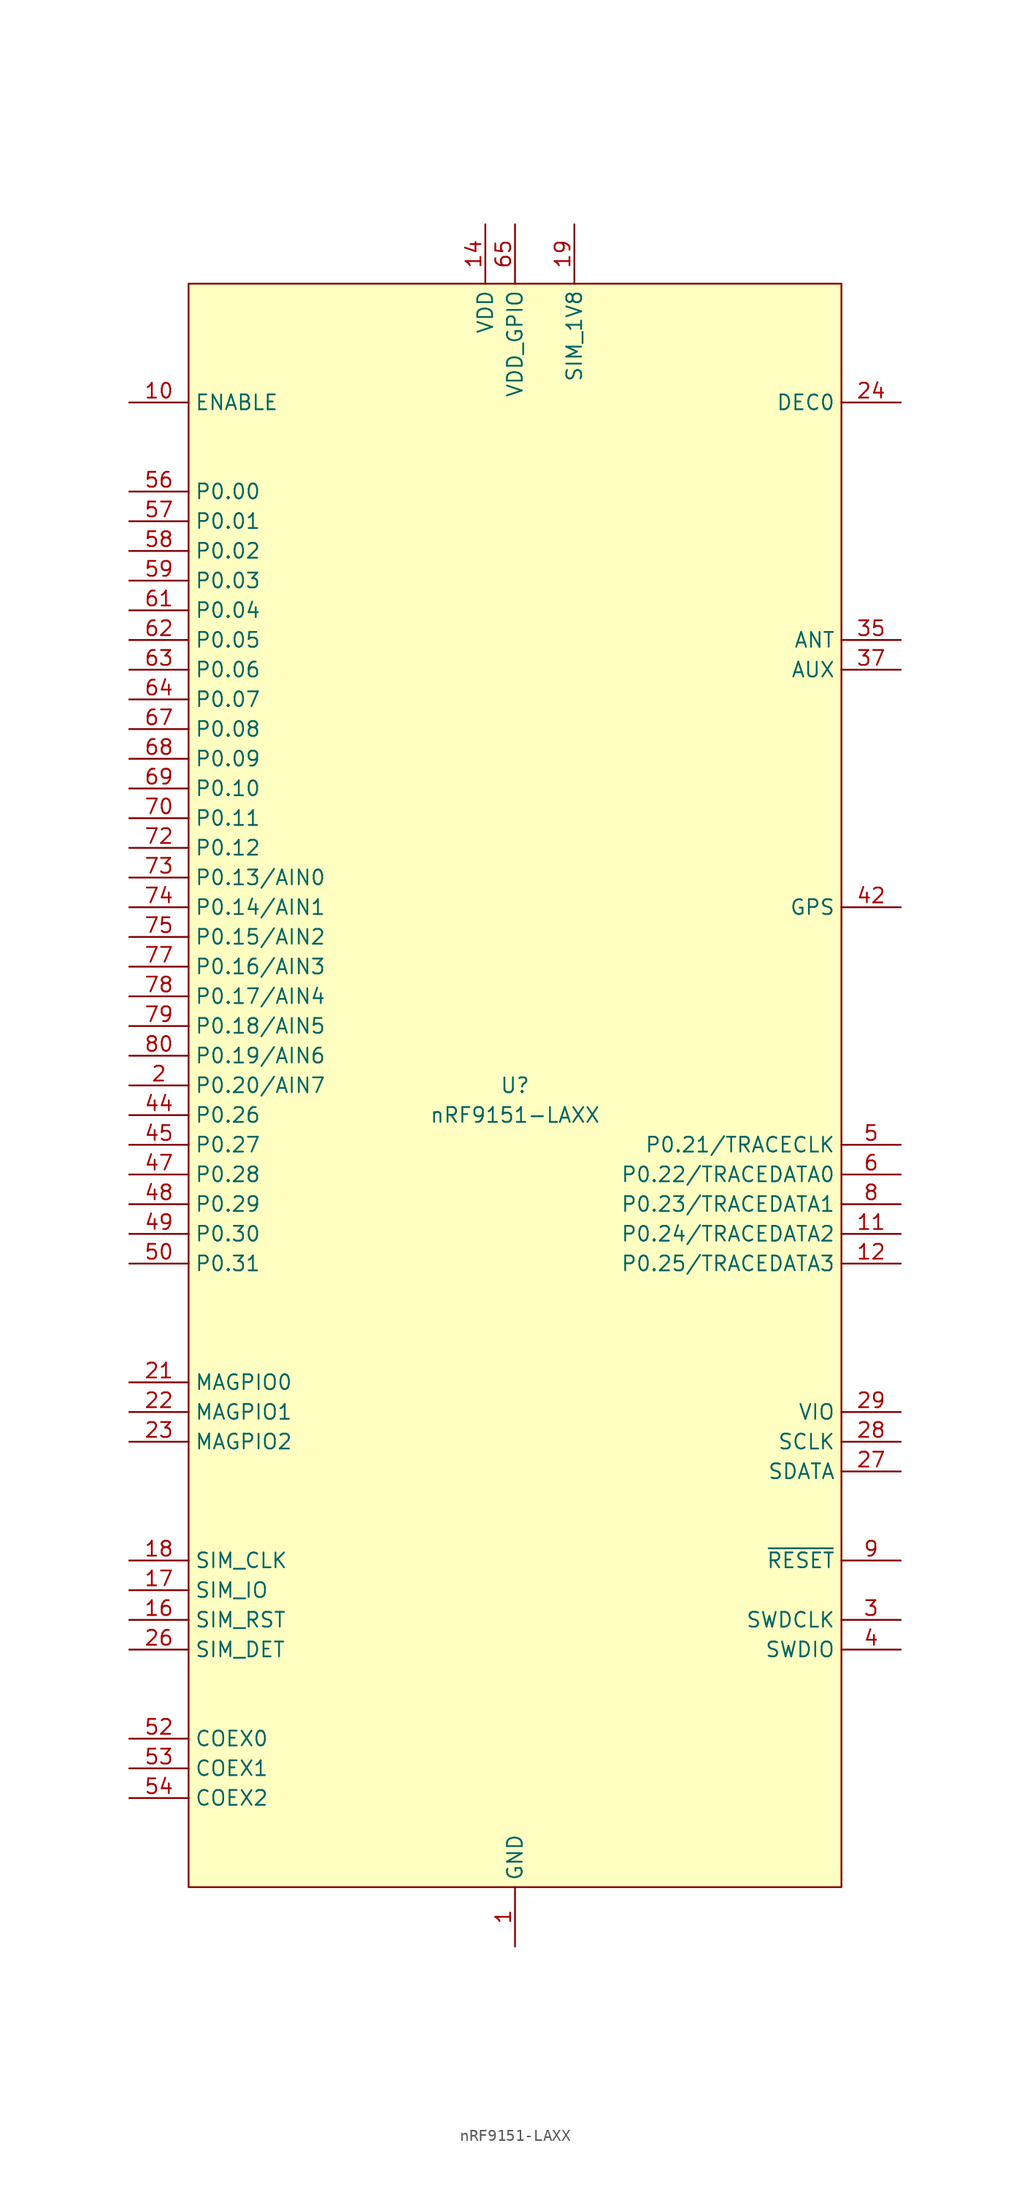
<source format=kicad_sym>
(kicad_symbol_lib
  (version 20241209)
  (generator "kicad_symbol_editor")
  (generator_version "9.0")
  (symbol "nRF9151-LAXX"
    (property "Reference" "U"
      (at 0 0 0)
      (do_not_autoplace)
      (effects (font (size 1.27 1.27))))
    (property "Value" "nRF9151-LAXX"
      (at 0 -2.54 0)
      (do_not_autoplace)
      (effects (font (size 1.27 1.27))))
    (symbol "nRF9151-LAXX_0_0"
      (pin input line (at -33.02 58.42 0) (length 5.08) (name "ENABLE" (effects (font (size 1.27 1.27)))) (number "10" (effects (font (size 1.27 1.27)))))
      (pin bidirectional line (at -33.02 48.26 0) (length 5.08) (name "P0.01" (effects (font (size 1.27 1.27)))) (number "57" (effects (font (size 1.27 1.27)))))
      (pin bidirectional line (at -33.02 45.72 0) (length 5.08) (name "P0.02" (effects (font (size 1.27 1.27)))) (number "58" (effects (font (size 1.27 1.27)))))
      (pin bidirectional line (at -33.02 43.18 0) (length 5.08) (name "P0.03" (effects (font (size 1.27 1.27)))) (number "59" (effects (font (size 1.27 1.27)))))
      (pin bidirectional line (at -33.02 40.64 0) (length 5.08) (name "P0.04" (effects (font (size 1.27 1.27)))) (number "61" (effects (font (size 1.27 1.27)))))
      (pin bidirectional line (at -33.02 38.1 0) (length 5.08) (name "P0.05" (effects (font (size 1.27 1.27)))) (number "62" (effects (font (size 1.27 1.27)))))
      (pin bidirectional line (at -33.02 35.56 0) (length 5.08) (name "P0.06" (effects (font (size 1.27 1.27)))) (number "63" (effects (font (size 1.27 1.27)))))
      (pin bidirectional line (at -33.02 33.02 0) (length 5.08) (name "P0.07" (effects (font (size 1.27 1.27)))) (number "64" (effects (font (size 1.27 1.27)))))
      (pin bidirectional line (at -33.02 30.48 0) (length 5.08) (name "P0.08" (effects (font (size 1.27 1.27)))) (number "67" (effects (font (size 1.27 1.27)))))
      (pin bidirectional line (at -33.02 27.94 0) (length 5.08) (name "P0.09" (effects (font (size 1.27 1.27)))) (number "68" (effects (font (size 1.27 1.27)))))
      (pin bidirectional line (at -33.02 25.4 0) (length 5.08) (name "P0.10" (effects (font (size 1.27 1.27)))) (number "69" (effects (font (size 1.27 1.27)))))
      (pin bidirectional line (at -33.02 22.86 0) (length 5.08) (name "P0.11" (effects (font (size 1.27 1.27)))) (number "70" (effects (font (size 1.27 1.27)))))
      (pin bidirectional line (at -33.02 20.32 0) (length 5.08) (name "P0.12" (effects (font (size 1.27 1.27)))) (number "72" (effects (font (size 1.27 1.27)))))
      (pin bidirectional line (at -33.02 17.78 0) (length 5.08) (name "P0.13/AIN0" (effects (font (size 1.27 1.27)))) (number "73" (effects (font (size 1.27 1.27)))))
      (pin bidirectional line (at -33.02 15.24 0) (length 5.08) (name "P0.14/AIN1" (effects (font (size 1.27 1.27)))) (number "74" (effects (font (size 1.27 1.27)))))
      (pin bidirectional line (at -33.02 12.7 0) (length 5.08) (name "P0.15/AIN2" (effects (font (size 1.27 1.27)))) (number "75" (effects (font (size 1.27 1.27)))))
      (pin bidirectional line (at -33.02 10.16 0) (length 5.08) (name "P0.16/AIN3" (effects (font (size 1.27 1.27)))) (number "77" (effects (font (size 1.27 1.27)))))
      (pin bidirectional line (at -33.02 7.62 0) (length 5.08) (name "P0.17/AIN4" (effects (font (size 1.27 1.27)))) (number "78" (effects (font (size 1.27 1.27)))))
      (pin bidirectional line (at -33.02 5.08 0) (length 5.08) (name "P0.18/AIN5" (effects (font (size 1.27 1.27)))) (number "79" (effects (font (size 1.27 1.27)))))
      (pin bidirectional line (at -33.02 2.54 0) (length 5.08) (name "P0.19/AIN6" (effects (font (size 1.27 1.27)))) (number "80" (effects (font (size 1.27 1.27)))))
      (pin bidirectional line (at -33.02 0 0) (length 5.08) (name "P0.20/AIN7" (effects (font (size 1.27 1.27)))) (number "2" (effects (font (size 1.27 1.27)))))
      (pin bidirectional line (at -33.02 -2.54 0) (length 5.08) (name "P0.26" (effects (font (size 1.27 1.27)))) (number "44" (effects (font (size 1.27 1.27)))))
      (pin bidirectional line (at -33.02 -5.08 0) (length 5.08) (name "P0.27" (effects (font (size 1.27 1.27)))) (number "45" (effects (font (size 1.27 1.27)))))
      (pin bidirectional line (at -33.02 -7.62 0) (length 5.08) (name "P0.28" (effects (font (size 1.27 1.27)))) (number "47" (effects (font (size 1.27 1.27)))))
      (pin bidirectional line (at -33.02 -10.16 0) (length 5.08) (name "P0.29" (effects (font (size 1.27 1.27)))) (number "48" (effects (font (size 1.27 1.27)))))
      (pin bidirectional line (at -33.02 -12.7 0) (length 5.08) (name "P0.30" (effects (font (size 1.27 1.27)))) (number "49" (effects (font (size 1.27 1.27)))))
      (pin bidirectional line (at -33.02 -15.24 0) (length 5.08) (name "P0.31" (effects (font (size 1.27 1.27)))) (number "50" (effects (font (size 1.27 1.27)))))
      (pin bidirectional line (at -33.02 -25.4 0) (length 5.08) (name "MAGPIO0" (effects (font (size 1.27 1.27)))) (number "21" (effects (font (size 1.27 1.27)))))
      (pin bidirectional line (at -33.02 -27.94 0) (length 5.08) (name "MAGPIO1" (effects (font (size 1.27 1.27)))) (number "22" (effects (font (size 1.27 1.27)))))
      (pin bidirectional line (at -33.02 -30.48 0) (length 5.08) (name "MAGPIO2" (effects (font (size 1.27 1.27)))) (number "23" (effects (font (size 1.27 1.27)))))
      (pin bidirectional line (at -33.02 -40.64 0) (length 5.08) (name "SIM_CLK" (effects (font (size 1.27 1.27)))) (number "18" (effects (font (size 1.27 1.27)))))
      (pin bidirectional line (at -33.02 -43.18 0) (length 5.08) (name "SIM_IO" (effects (font (size 1.27 1.27)))) (number "17" (effects (font (size 1.27 1.27)))))
      (pin bidirectional line (at -33.02 -45.72 0) (length 5.08) (name "SIM_RST" (effects (font (size 1.27 1.27)))) (number "16" (effects (font (size 1.27 1.27)))))
      (pin bidirectional line (at -33.02 -48.26 0) (length 5.08) (name "SIM_DET" (effects (font (size 1.27 1.27)))) (number "26" (effects (font (size 1.27 1.27)))))
      (pin bidirectional line (at -33.02 -55.88 0) (length 5.08) (name "COEX0" (effects (font (size 1.27 1.27)))) (number "52" (effects (font (size 1.27 1.27)))))
      (pin bidirectional line (at -33.02 -58.42 0) (length 5.08) (name "COEX1" (effects (font (size 1.27 1.27)))) (number "53" (effects (font (size 1.27 1.27)))))
      (pin bidirectional line (at -33.02 -60.96 0) (length 5.08) (name "COEX2" (effects (font (size 1.27 1.27)))) (number "54" (effects (font (size 1.27 1.27)))))
      (pin no_connect line (at -25.4 -68.58 90) (length 5.08) (hide yes) (name "NC" (effects (font (size 1.27 1.27)))) (number "97" (effects (font (size 1.27 1.27)))))
      (pin no_connect line (at -22.86 -68.58 90) (length 5.08) (hide yes) (name "NC" (effects (font (size 1.27 1.27)))) (number "88" (effects (font (size 1.27 1.27)))))
      (pin no_connect line (at -20.32 -68.58 90) (length 5.08) (hide yes) (name "NC" (effects (font (size 1.27 1.27)))) (number "89" (effects (font (size 1.27 1.27)))))
      (pin no_connect line (at -17.78 -68.58 90) (length 5.08) (hide yes) (name "NC" (effects (font (size 1.27 1.27)))) (number "90" (effects (font (size 1.27 1.27)))))
      (pin no_connect line (at -15.24 -68.58 90) (length 5.08) (hide yes) (name "NC" (effects (font (size 1.27 1.27)))) (number "91" (effects (font (size 1.27 1.27)))))
      (pin no_connect line (at -12.7 -68.58 90) (length 5.08) (hide yes) (name "NC" (effects (font (size 1.27 1.27)))) (number "92" (effects (font (size 1.27 1.27)))))
      (pin no_connect line (at -10.16 -68.58 90) (length 5.08) (hide yes) (name "NC" (effects (font (size 1.27 1.27)))) (number "93" (effects (font (size 1.27 1.27)))))
      (pin no_connect line (at -7.62 -68.58 90) (length 5.08) (hide yes) (name "NC" (effects (font (size 1.27 1.27)))) (number "94" (effects (font (size 1.27 1.27)))))
      (pin no_connect line (at -5.08 -68.58 90) (length 5.08) (hide yes) (name "NC" (effects (font (size 1.27 1.27)))) (number "95" (effects (font (size 1.27 1.27)))))
      (pin power_in line (at -2.54 73.66 270) (length 5.08) (name "VDD" (effects (font (size 1.27 1.27)))) (number "14" (effects (font (size 1.27 1.27)))))
      (pin no_connect line (at -2.54 -68.58 90) (length 5.08) (hide yes) (name "NC" (effects (font (size 1.27 1.27)))) (number "96" (effects (font (size 1.27 1.27)))))
      (pin power_in line (at 0 73.66 270) (length 5.08) (name "VDD_GPIO" (effects (font (size 1.27 1.27)))) (number "65" (effects (font (size 1.27 1.27)))))
      (pin passive line (at 0 -73.66 90) (length 5.08) (hide yes) (name "GND" (effects (font (size 1.27 1.27)))) (number "105" (effects (font (size 1.27 1.27)))))
      (pin passive line (at 0 -73.66 90) (length 5.08) (hide yes) (name "GND" (effects (font (size 1.27 1.27)))) (number "106" (effects (font (size 1.27 1.27)))))
      (pin passive line (at 0 -73.66 90) (length 5.08) (hide yes) (name "GND" (effects (font (size 1.27 1.27)))) (number "107" (effects (font (size 1.27 1.27)))))
      (pin passive line (at 0 -73.66 90) (length 5.08) (hide yes) (name "GND" (effects (font (size 1.27 1.27)))) (number "108" (effects (font (size 1.27 1.27)))))
      (pin passive line (at 0 -73.66 90) (length 5.08) (hide yes) (name "GND" (effects (font (size 1.27 1.27)))) (number "109" (effects (font (size 1.27 1.27)))))
      (pin passive line (at 0 -73.66 90) (length 5.08) (hide yes) (name "GND" (effects (font (size 1.27 1.27)))) (number "110" (effects (font (size 1.27 1.27)))))
      (pin passive line (at 0 -73.66 90) (length 5.08) (hide yes) (name "GND" (effects (font (size 1.27 1.27)))) (number "111" (effects (font (size 1.27 1.27)))))
      (pin passive line (at 0 -73.66 90) (length 5.08) (hide yes) (name "GND" (effects (font (size 1.27 1.27)))) (number "112" (effects (font (size 1.27 1.27)))))
      (pin passive line (at 0 -73.66 90) (length 5.08) (hide yes) (name "GND" (effects (font (size 1.27 1.27)))) (number "113" (effects (font (size 1.27 1.27)))))
      (pin passive line (at 0 -73.66 90) (length 5.08) (hide yes) (name "GND" (effects (font (size 1.27 1.27)))) (number "13" (effects (font (size 1.27 1.27)))))
      (pin passive line (at 0 -73.66 90) (length 5.08) (hide yes) (name "GND" (effects (font (size 1.27 1.27)))) (number "15" (effects (font (size 1.27 1.27)))))
      (pin passive line (at 0 -73.66 90) (length 5.08) (hide yes) (name "GND" (effects (font (size 1.27 1.27)))) (number "20" (effects (font (size 1.27 1.27)))))
      (pin passive line (at 0 -73.66 90) (length 5.08) (hide yes) (name "GND" (effects (font (size 1.27 1.27)))) (number "25" (effects (font (size 1.27 1.27)))))
      (pin passive line (at 0 -73.66 90) (length 5.08) (hide yes) (name "GND" (effects (font (size 1.27 1.27)))) (number "30" (effects (font (size 1.27 1.27)))))
      (pin passive line (at 0 -73.66 90) (length 5.08) (hide yes) (name "GND" (effects (font (size 1.27 1.27)))) (number "34" (effects (font (size 1.27 1.27)))))
      (pin passive line (at 0 -73.66 90) (length 5.08) (hide yes) (name "GND" (effects (font (size 1.27 1.27)))) (number "36" (effects (font (size 1.27 1.27)))))
      (pin passive line (at 0 -73.66 90) (length 5.08) (hide yes) (name "GND" (effects (font (size 1.27 1.27)))) (number "38" (effects (font (size 1.27 1.27)))))
      (pin passive line (at 0 -73.66 90) (length 5.08) (hide yes) (name "GND" (effects (font (size 1.27 1.27)))) (number "39" (effects (font (size 1.27 1.27)))))
      (pin passive line (at 0 -73.66 90) (length 5.08) (hide yes) (name "GND" (effects (font (size 1.27 1.27)))) (number "40" (effects (font (size 1.27 1.27)))))
      (pin passive line (at 0 -73.66 90) (length 5.08) (hide yes) (name "GND" (effects (font (size 1.27 1.27)))) (number "41" (effects (font (size 1.27 1.27)))))
      (pin passive line (at 0 -73.66 90) (length 5.08) (hide yes) (name "GND" (effects (font (size 1.27 1.27)))) (number "43" (effects (font (size 1.27 1.27)))))
      (pin passive line (at 0 -73.66 90) (length 5.08) (hide yes) (name "GND" (effects (font (size 1.27 1.27)))) (number "46" (effects (font (size 1.27 1.27)))))
      (pin passive line (at 0 -73.66 90) (length 5.08) (hide yes) (name "GND" (effects (font (size 1.27 1.27)))) (number "51" (effects (font (size 1.27 1.27)))))
      (pin passive line (at 0 -73.66 90) (length 5.08) (hide yes) (name "GND" (effects (font (size 1.27 1.27)))) (number "55" (effects (font (size 1.27 1.27)))))
      (pin passive line (at 0 -73.66 90) (length 5.08) (hide yes) (name "GND" (effects (font (size 1.27 1.27)))) (number "60" (effects (font (size 1.27 1.27)))))
      (pin passive line (at 0 -73.66 90) (length 5.08) (hide yes) (name "GND" (effects (font (size 1.27 1.27)))) (number "66" (effects (font (size 1.27 1.27)))))
      (pin passive line (at 0 -73.66 90) (length 5.08) (hide yes) (name "GND" (effects (font (size 1.27 1.27)))) (number "7" (effects (font (size 1.27 1.27)))))
      (pin passive line (at 0 -73.66 90) (length 5.08) (hide yes) (name "GND" (effects (font (size 1.27 1.27)))) (number "71" (effects (font (size 1.27 1.27)))))
      (pin passive line (at 0 -73.66 90) (length 5.08) (hide yes) (name "GND" (effects (font (size 1.27 1.27)))) (number "76" (effects (font (size 1.27 1.27)))))
      (pin power_in line (at 5.08 73.66 270) (length 5.08) (name "SIM_1V8" (effects (font (size 1.27 1.27)))) (number "19" (effects (font (size 1.27 1.27)))))
      (pin no_connect line (at 10.16 -68.58 90) (length 5.08) (hide yes) (name "NC" (effects (font (size 1.27 1.27)))) (number "81" (effects (font (size 1.27 1.27)))))
      (pin no_connect line (at 12.7 -68.58 90) (length 5.08) (hide yes) (name "NC" (effects (font (size 1.27 1.27)))) (number "82" (effects (font (size 1.27 1.27)))))
      (pin no_connect line (at 15.24 -68.58 90) (length 5.08) (hide yes) (name "NC" (effects (font (size 1.27 1.27)))) (number "83" (effects (font (size 1.27 1.27)))))
      (pin no_connect line (at 17.78 -68.58 90) (length 5.08) (hide yes) (name "NC" (effects (font (size 1.27 1.27)))) (number "84" (effects (font (size 1.27 1.27)))))
      (pin no_connect line (at 20.32 -68.58 90) (length 5.08) (hide yes) (name "NC" (effects (font (size 1.27 1.27)))) (number "85" (effects (font (size 1.27 1.27)))))
      (pin no_connect line (at 22.86 -68.58 90) (length 5.08) (hide yes) (name "NC" (effects (font (size 1.27 1.27)))) (number "86" (effects (font (size 1.27 1.27)))))
      (pin no_connect line (at 25.4 -68.58 90) (length 5.08) (hide yes) (name "NC" (effects (font (size 1.27 1.27)))) (number "87" (effects (font (size 1.27 1.27)))))
      (pin no_connect line (at 27.94 -50.8 180) (length 5.08) (hide yes) (name "NC" (effects (font (size 1.27 1.27)))) (number "102" (effects (font (size 1.27 1.27)))))
      (pin no_connect line (at 27.94 -53.34 180) (length 5.08) (hide yes) (name "NC" (effects (font (size 1.27 1.27)))) (number "103" (effects (font (size 1.27 1.27)))))
      (pin no_connect line (at 27.94 -55.88 180) (length 5.08) (hide yes) (name "NC" (effects (font (size 1.27 1.27)))) (number "104" (effects (font (size 1.27 1.27)))))
      (pin no_connect line (at 27.94 -58.42 180) (length 5.08) (hide yes) (name "NC" (effects (font (size 1.27 1.27)))) (number "101" (effects (font (size 1.27 1.27)))))
      (pin no_connect line (at 27.94 -60.96 180) (length 5.08) (hide yes) (name "NC" (effects (font (size 1.27 1.27)))) (number "100" (effects (font (size 1.27 1.27)))))
      (pin no_connect line (at 27.94 -63.5 180) (length 5.08) (hide yes) (name "NC" (effects (font (size 1.27 1.27)))) (number "99" (effects (font (size 1.27 1.27)))))
      (pin no_connect line (at 27.94 -66.04 180) (length 5.08) (hide yes) (name "NC" (effects (font (size 1.27 1.27)))) (number "98" (effects (font (size 1.27 1.27)))))
      (pin passive line (at 33.02 58.42 180) (length 5.08) (name "DEC0" (effects (font (size 1.27 1.27)))) (number "24" (effects (font (size 1.27 1.27)))))
      (pin bidirectional line (at 33.02 38.1 180) (length 5.08) (name "ANT" (effects (font (size 1.27 1.27)))) (number "35" (effects (font (size 1.27 1.27)))))
      (pin bidirectional line (at 33.02 35.56 180) (length 5.08) (name "AUX" (effects (font (size 1.27 1.27)))) (number "37" (effects (font (size 1.27 1.27)))))
      (pin power_in line (at 33.02 -27.94 180) (length 5.08) (name "VIO" (effects (font (size 1.27 1.27)))) (number "29" (effects (font (size 1.27 1.27)))))
      (pin bidirectional line (at 33.02 -30.48 180) (length 5.08) (name "SCLK" (effects (font (size 1.27 1.27)))) (number "28" (effects (font (size 1.27 1.27)))))
      (pin bidirectional line (at 33.02 -33.02 180) (length 5.08) (name "SDATA" (effects (font (size 1.27 1.27)))) (number "27" (effects (font (size 1.27 1.27))))))
    (symbol "nRF9151-LAXX_1_0"
      (pin bidirectional line (at -33.02 50.8 0) (length 5.08) (name "P0.00" (effects (font (size 1.27 1.27)))) (number "56" (effects (font (size 1.27 1.27)))))
      (pin power_in line (at 0 -73.66 90) (length 5.08) (name "GND" (effects (font (size 1.27 1.27)))) (number "1" (effects (font (size 1.27 1.27)))))
      (pin no_connect line (at 2.54 -68.58 90) (length 5.08) (hide yes) (name "NC" (effects (font (size 1.27 1.27)))) (number "31" (effects (font (size 1.27 1.27)))))
      (pin no_connect line (at 5.08 -68.58 90) (length 5.08) (hide yes) (name "NC" (effects (font (size 1.27 1.27)))) (number "32" (effects (font (size 1.27 1.27)))))
      (pin no_connect line (at 7.62 -68.58 90) (length 5.08) (hide yes) (name "NC" (effects (font (size 1.27 1.27)))) (number "33" (effects (font (size 1.27 1.27)))))
      (pin input line (at 33.02 15.24 180) (length 5.08) (name "GPS" (effects (font (size 1.27 1.27)))) (number "42" (effects (font (size 1.27 1.27)))))
      (pin bidirectional line (at 33.02 -5.08 180) (length 5.08) (name "P0.21/TRACECLK" (effects (font (size 1.27 1.27)))) (number "5" (effects (font (size 1.27 1.27)))))
      (pin bidirectional line (at 33.02 -7.62 180) (length 5.08) (name "P0.22/TRACEDATA0" (effects (font (size 1.27 1.27)))) (number "6" (effects (font (size 1.27 1.27)))))
      (pin bidirectional line (at 33.02 -10.16 180) (length 5.08) (name "P0.23/TRACEDATA1" (effects (font (size 1.27 1.27)))) (number "8" (effects (font (size 1.27 1.27)))))
      (pin bidirectional line (at 33.02 -12.7 180) (length 5.08) (name "P0.24/TRACEDATA2" (effects (font (size 1.27 1.27)))) (number "11" (effects (font (size 1.27 1.27)))))
      (pin bidirectional line (at 33.02 -15.24 180) (length 5.08) (name "P0.25/TRACEDATA3" (effects (font (size 1.27 1.27)))) (number "12" (effects (font (size 1.27 1.27)))))
      (pin input line (at 33.02 -40.64 180) (length 5.08) (name "~{RESET}" (effects (font (size 1.27 1.27)))) (number "9" (effects (font (size 1.27 1.27)))))
      (pin input line (at 33.02 -45.72 180) (length 5.08) (name "SWDCLK" (effects (font (size 1.27 1.27)))) (number "3" (effects (font (size 1.27 1.27)))))
      (pin bidirectional line (at 33.02 -48.26 180) (length 5.08) (name "SWDIO" (effects (font (size 1.27 1.27)))) (number "4" (effects (font (size 1.27 1.27))))))
    (symbol "nRF9151-LAXX_1_1"
      (rectangle (start -27.94 68.58) (end 27.94 -68.58) (stroke (width 0) (type default)) (fill (type background))))))
</source>
